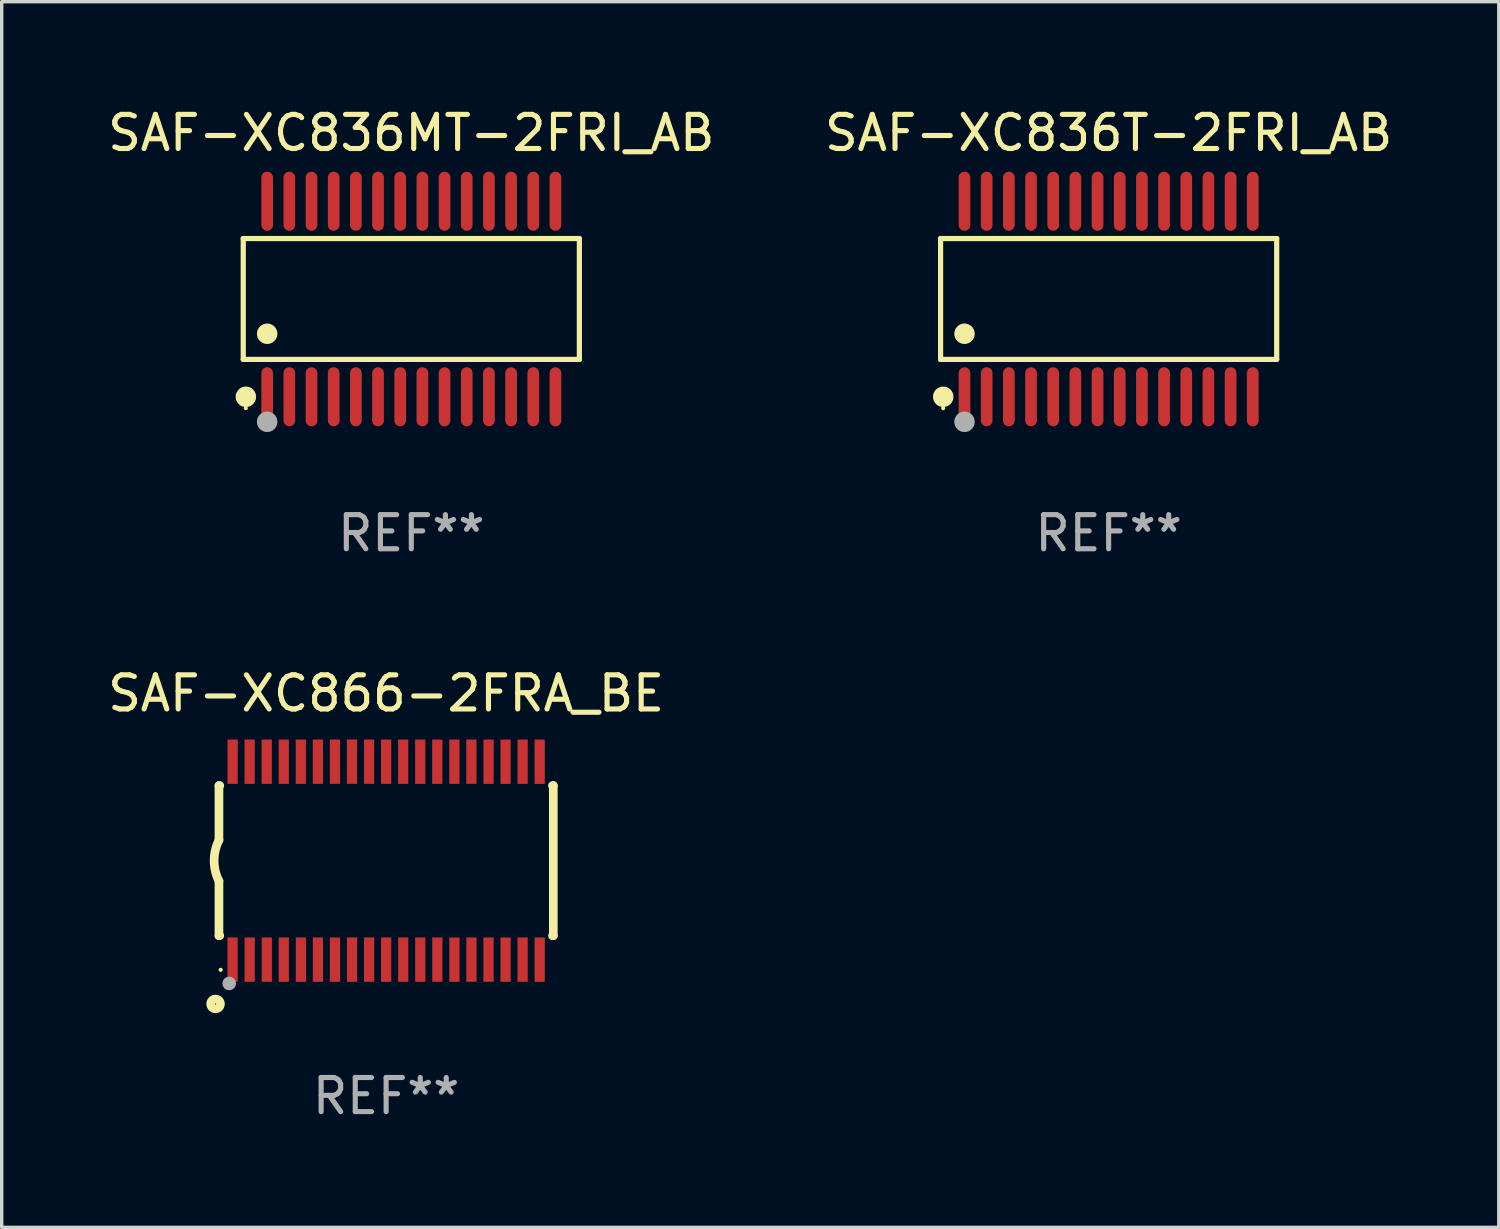
<source format=kicad_pcb>
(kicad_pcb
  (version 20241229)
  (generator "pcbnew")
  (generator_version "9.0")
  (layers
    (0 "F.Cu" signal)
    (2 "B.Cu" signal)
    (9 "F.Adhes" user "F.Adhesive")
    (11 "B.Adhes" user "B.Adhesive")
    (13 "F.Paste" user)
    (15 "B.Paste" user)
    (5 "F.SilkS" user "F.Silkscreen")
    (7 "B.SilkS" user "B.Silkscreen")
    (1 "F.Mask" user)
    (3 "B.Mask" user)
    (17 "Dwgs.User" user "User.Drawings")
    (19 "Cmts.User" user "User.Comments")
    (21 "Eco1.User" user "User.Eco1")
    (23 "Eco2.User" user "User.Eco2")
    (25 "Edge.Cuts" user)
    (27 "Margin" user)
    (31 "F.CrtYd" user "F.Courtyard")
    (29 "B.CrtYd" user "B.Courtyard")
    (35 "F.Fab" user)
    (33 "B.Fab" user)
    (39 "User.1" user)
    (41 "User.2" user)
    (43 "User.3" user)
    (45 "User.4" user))
  (footprint "SAF-XC866-2FRA_BE"
    (layer "F.Cu")
    (at 8.268 22.177)
    (property "Reference" "SAF-XC866-2FRA_BE" (at 0 -4.901 0) (layer "F.SilkS") (effects (font (size 1 1) (thickness 0.15))))
    (attr through_hole)
    (fp_line (start -4.9 -2.2) (end -4.9 -0.6) (stroke (width 0.254) (type solid)) (layer "F.SilkS"))
    (fp_line (start -4.9 -2.2) (end -4.876 -2.2) (stroke (width 0.254) (type solid)) (layer "F.SilkS"))
    (fp_line (start -4.9 2.2) (end -4.9 0.6) (stroke (width 0.254) (type solid)) (layer "F.SilkS"))
    (fp_line (start -4.9 2.2) (end -4.877 2.2) (stroke (width 0.254) (type solid)) (layer "F.SilkS"))
    (fp_line (start 4.876 -2.2) (end 4.9 -2.2) (stroke (width 0.254) (type solid)) (layer "F.SilkS"))
    (fp_line (start 4.877 2.2) (end 4.9 2.2) (stroke (width 0.254) (type solid)) (layer "F.SilkS"))
    (fp_line (start 4.9 -2.2) (end 4.9 2.2) (stroke (width 0.254) (type solid)) (layer "F.SilkS"))
    (fp_arc (start -4.900051 0.599822) (mid -5.041652 -0.000095) (end -4.9 -0.6) (stroke (width 0.254001) (type solid)) (layer "F.SilkS"))
    (fp_circle (center -5 4.2) (end -4.857 4.2) (stroke (width 0.254) (type solid)) (fill no) (layer "F.SilkS"))
    (fp_circle (center -4.85 3.2) (end -4.82 3.2) (stroke (width 0.06) (type solid)) (fill no) (layer "F.SilkS"))
    (fp_circle (center -4.6 3.6) (end -4.5 3.6) (stroke (width 0.2) (type solid)) (fill no) (layer "F.Fab"))
    (fp_text user "REF**" (at 0 6.901 0) (layer "F.Fab") (effects (font (size 1 1) (thickness 0.15))))
    (pad "1" smd rect (at -4.501 2.899 90) (size 1.3 0.3) (layers "F.Cu" "F.Mask" "F.Paste"))
    (pad "2" smd rect (at -3.999 2.901 90) (size 1.3 0.3) (layers "F.Cu" "F.Mask" "F.Paste"))
    (pad "3" smd rect (at -3.498 2.901 90) (size 1.3 0.3) (layers "F.Cu" "F.Mask" "F.Paste"))
    (pad "4" smd rect (at -2.999 2.901 90) (size 1.3 0.3) (layers "F.Cu" "F.Mask" "F.Paste"))
    (pad "5" smd rect (at -2.499 2.901 90) (size 1.3 0.3) (layers "F.Cu" "F.Mask" "F.Paste"))
    (pad "6" smd rect (at -1.999 2.901 90) (size 1.3 0.3) (layers "F.Cu" "F.Mask" "F.Paste"))
    (pad "7" smd rect (at -1.499 2.901 90) (size 1.3 0.3) (layers "F.Cu" "F.Mask" "F.Paste"))
    (pad "8" smd rect (at -0.999 2.901 90) (size 1.3 0.3) (layers "F.Cu" "F.Mask" "F.Paste"))
    (pad "9" smd rect (at -0.499 2.901 90) (size 1.3 0.3) (layers "F.Cu" "F.Mask" "F.Paste"))
    (pad "10" smd rect (at 0.001 2.901 90) (size 1.3 0.3) (layers "F.Cu" "F.Mask" "F.Paste"))
    (pad "11" smd rect (at 0.501 2.901 90) (size 1.3 0.3) (layers "F.Cu" "F.Mask" "F.Paste"))
    (pad "12" smd rect (at 1.001 2.901 90) (size 1.3 0.3) (layers "F.Cu" "F.Mask" "F.Paste"))
    (pad "13" smd rect (at 1.501 2.901 90) (size 1.3 0.3) (layers "F.Cu" "F.Mask" "F.Paste"))
    (pad "14" smd rect (at 2.001 2.901 90) (size 1.3 0.3) (layers "F.Cu" "F.Mask" "F.Paste"))
    (pad "15" smd rect (at 2.501 2.901 90) (size 1.3 0.3) (layers "F.Cu" "F.Mask" "F.Paste"))
    (pad "16" smd rect (at 3.001 2.901 90) (size 1.3 0.3) (layers "F.Cu" "F.Mask" "F.Paste"))
    (pad "17" smd rect (at 3.501 2.901 90) (size 1.3 0.3) (layers "F.Cu" "F.Mask" "F.Paste"))
    (pad "18" smd rect (at 4.001 2.901 90) (size 1.3 0.3) (layers "F.Cu" "F.Mask" "F.Paste"))
    (pad "19" smd rect (at 4.501 2.901 90) (size 1.3 0.3) (layers "F.Cu" "F.Mask" "F.Paste"))
    (pad "20" smd rect (at 4.501 -2.899 90) (size 1.3 0.3) (layers "F.Cu" "F.Mask" "F.Paste"))
    (pad "21" smd rect (at 4.001 -2.9 90) (size 1.3 0.3) (layers "F.Cu" "F.Mask" "F.Paste"))
    (pad "22" smd rect (at 3.501 -2.899 90) (size 1.3 0.3) (layers "F.Cu" "F.Mask" "F.Paste"))
    (pad "23" smd rect (at 3.002 -2.899 90) (size 1.3 0.3) (layers "F.Cu" "F.Mask" "F.Paste"))
    (pad "24" smd rect (at 2.499 -2.901 90) (size 1.3 0.3) (layers "F.Cu" "F.Mask" "F.Paste"))
    (pad "25" smd rect (at 2 -2.9 90) (size 1.3 0.3) (layers "F.Cu" "F.Mask" "F.Paste"))
    (pad "26" smd rect (at 1.5 -2.9 90) (size 1.3 0.3) (layers "F.Cu" "F.Mask" "F.Paste"))
    (pad "27" smd rect (at 1 -2.9 90) (size 1.3 0.3) (layers "F.Cu" "F.Mask" "F.Paste"))
    (pad "28" smd rect (at 0.5 -2.9 90) (size 1.3 0.3) (layers "F.Cu" "F.Mask" "F.Paste"))
    (pad "29" smd rect (at 0.000127 -2.9 90) (size 1.3 0.3) (layers "F.Cu" "F.Mask" "F.Paste"))
    (pad "30" smd rect (at -0.5 -2.9 90) (size 1.3 0.3) (layers "F.Cu" "F.Mask" "F.Paste"))
    (pad "31" smd rect (at -1 -2.9 90) (size 1.3 0.3) (layers "F.Cu" "F.Mask" "F.Paste"))
    (pad "32" smd rect (at -1.5 -2.9 90) (size 1.3 0.3) (layers "F.Cu" "F.Mask" "F.Paste"))
    (pad "33" smd rect (at -2 -2.9 90) (size 1.3 0.3) (layers "F.Cu" "F.Mask" "F.Paste"))
    (pad "34" smd rect (at -2.5 -2.9 90) (size 1.3 0.3) (layers "F.Cu" "F.Mask" "F.Paste"))
    (pad "35" smd rect (at -3 -2.9 90) (size 1.3 0.3) (layers "F.Cu" "F.Mask" "F.Paste"))
    (pad "36" smd rect (at -3.5 -2.9 90) (size 1.3 0.3) (layers "F.Cu" "F.Mask" "F.Paste"))
    (pad "37" smd rect (at -4 -2.9 90) (size 1.3 0.3) (layers "F.Cu" "F.Mask" "F.Paste"))
    (pad "38" smd rect (at -4.5 -2.9 90) (size 1.3 0.3) (layers "F.Cu" "F.Mask" "F.Paste")))
  (footprint "SAF-XC836MT-2FRI_AB"
    (layer "F.Cu")
    (at 9.006 5.714)
    (property "Reference" "SAF-XC836MT-2FRI_AB" (at 0 -4.866 0) (layer "F.SilkS") (effects (font (size 1 1) (thickness 0.15))))
    (attr through_hole)
    (fp_line (start -4.926 -1.772) (end 4.926 -1.772) (stroke (width 0.152) (type solid)) (layer "F.SilkS"))
    (fp_line (start -4.926 1.771) (end -4.926 -1.772) (stroke (width 0.152) (type solid)) (layer "F.SilkS"))
    (fp_line (start 4.926 -1.772) (end 4.926 1.771) (stroke (width 0.152) (type solid)) (layer "F.SilkS"))
    (fp_line (start 4.926 1.771) (end -4.926 1.771) (stroke (width 0.152) (type solid)) (layer "F.SilkS"))
    (fp_circle (center -4.85 3.2) (end -4.82 3.2) (stroke (width 0.06) (type solid)) (fill no) (layer "F.SilkS"))
    (fp_circle (center -4.849 2.866) (end -4.699 2.866) (stroke (width 0.3) (type solid)) (fill no) (layer "F.SilkS"))
    (fp_circle (center -4.225 1.019) (end -4.075 1.019) (stroke (width 0.3) (type solid)) (fill no) (layer "F.SilkS"))
    (fp_circle (center -4.225 3.6) (end -4.075 3.6) (stroke (width 0.3) (type solid)) (fill no) (layer "F.Fab"))
    (fp_text user "REF**" (at 0 6.866 0) (layer "F.Fab") (effects (font (size 1 1) (thickness 0.15))))
    (pad "1" smd oval (at -4.225 2.866) (size 0.343 1.731) (layers "F.Cu" "F.Mask" "F.Paste"))
    (pad "2" smd oval (at -3.575 2.866) (size 0.343 1.731) (layers "F.Cu" "F.Mask" "F.Paste"))
    (pad "3" smd oval (at -2.925 2.866) (size 0.343 1.731) (layers "F.Cu" "F.Mask" "F.Paste"))
    (pad "4" smd oval (at -2.275 2.866) (size 0.343 1.731) (layers "F.Cu" "F.Mask" "F.Paste"))
    (pad "5" smd oval (at -1.625 2.866) (size 0.343 1.731) (layers "F.Cu" "F.Mask" "F.Paste"))
    (pad "6" smd oval (at -0.975 2.866) (size 0.343 1.731) (layers "F.Cu" "F.Mask" "F.Paste"))
    (pad "7" smd oval (at -0.325 2.866) (size 0.343 1.731) (layers "F.Cu" "F.Mask" "F.Paste"))
    (pad "8" smd oval (at 0.325 2.866) (size 0.343 1.731) (layers "F.Cu" "F.Mask" "F.Paste"))
    (pad "9" smd oval (at 0.975 2.866) (size 0.343 1.731) (layers "F.Cu" "F.Mask" "F.Paste"))
    (pad "10" smd oval (at 1.625 2.866) (size 0.343 1.731) (layers "F.Cu" "F.Mask" "F.Paste"))
    (pad "11" smd oval (at 2.275 2.866) (size 0.343 1.731) (layers "F.Cu" "F.Mask" "F.Paste"))
    (pad "12" smd oval (at 2.925 2.866) (size 0.343 1.731) (layers "F.Cu" "F.Mask" "F.Paste"))
    (pad "13" smd oval (at 3.575 2.866) (size 0.343 1.731) (layers "F.Cu" "F.Mask" "F.Paste"))
    (pad "14" smd oval (at 4.225 2.866) (size 0.343 1.731) (layers "F.Cu" "F.Mask" "F.Paste"))
    (pad "15" smd oval (at 4.225 -2.866) (size 0.343 1.731) (layers "F.Cu" "F.Mask" "F.Paste"))
    (pad "16" smd oval (at 3.575 -2.866) (size 0.343 1.731) (layers "F.Cu" "F.Mask" "F.Paste"))
    (pad "17" smd oval (at 2.925 -2.866) (size 0.343 1.731) (layers "F.Cu" "F.Mask" "F.Paste"))
    (pad "18" smd oval (at 2.275 -2.866) (size 0.343 1.731) (layers "F.Cu" "F.Mask" "F.Paste"))
    (pad "19" smd oval (at 1.625 -2.866) (size 0.343 1.731) (layers "F.Cu" "F.Mask" "F.Paste"))
    (pad "20" smd oval (at 0.975 -2.866) (size 0.343 1.731) (layers "F.Cu" "F.Mask" "F.Paste"))
    (pad "21" smd oval (at 0.325 -2.866) (size 0.343 1.731) (layers "F.Cu" "F.Mask" "F.Paste"))
    (pad "22" smd oval (at -0.325 -2.866) (size 0.343 1.731) (layers "F.Cu" "F.Mask" "F.Paste"))
    (pad "23" smd oval (at -0.975 -2.866) (size 0.343 1.731) (layers "F.Cu" "F.Mask" "F.Paste"))
    (pad "24" smd oval (at -1.625 -2.866) (size 0.343 1.731) (layers "F.Cu" "F.Mask" "F.Paste"))
    (pad "25" smd oval (at -2.275 -2.866) (size 0.343 1.731) (layers "F.Cu" "F.Mask" "F.Paste"))
    (pad "26" smd oval (at -2.925 -2.866) (size 0.343 1.731) (layers "F.Cu" "F.Mask" "F.Paste"))
    (pad "27" smd oval (at -3.575 -2.866) (size 0.343 1.731) (layers "F.Cu" "F.Mask" "F.Paste"))
    (pad "28" smd oval (at -4.225 -2.866) (size 0.343 1.731) (layers "F.Cu" "F.Mask" "F.Paste")))
  (footprint "SAF-XC836T-2FRI_AB"
    (layer "F.Cu")
    (at 29.446 5.714)
    (property "Reference" "SAF-XC836T-2FRI_AB" (at 0 -4.866 0) (layer "F.SilkS") (effects (font (size 1 1) (thickness 0.15))))
    (attr through_hole)
    (fp_line (start -4.926 -1.772) (end 4.926 -1.772) (stroke (width 0.152) (type solid)) (layer "F.SilkS"))
    (fp_line (start -4.926 1.771) (end -4.926 -1.772) (stroke (width 0.152) (type solid)) (layer "F.SilkS"))
    (fp_line (start 4.926 -1.772) (end 4.926 1.771) (stroke (width 0.152) (type solid)) (layer "F.SilkS"))
    (fp_line (start 4.926 1.771) (end -4.926 1.771) (stroke (width 0.152) (type solid)) (layer "F.SilkS"))
    (fp_circle (center -4.85 3.2) (end -4.82 3.2) (stroke (width 0.06) (type solid)) (fill no) (layer "F.SilkS"))
    (fp_circle (center -4.849 2.866) (end -4.699 2.866) (stroke (width 0.3) (type solid)) (fill no) (layer "F.SilkS"))
    (fp_circle (center -4.225 1.019) (end -4.075 1.019) (stroke (width 0.3) (type solid)) (fill no) (layer "F.SilkS"))
    (fp_circle (center -4.225 3.6) (end -4.075 3.6) (stroke (width 0.3) (type solid)) (fill no) (layer "F.Fab"))
    (fp_text user "REF**" (at 0 6.866 0) (layer "F.Fab") (effects (font (size 1 1) (thickness 0.15))))
    (pad "1" smd oval (at -4.225 2.866) (size 0.343 1.731) (layers "F.Cu" "F.Mask" "F.Paste"))
    (pad "2" smd oval (at -3.575 2.866) (size 0.343 1.731) (layers "F.Cu" "F.Mask" "F.Paste"))
    (pad "3" smd oval (at -2.925 2.866) (size 0.343 1.731) (layers "F.Cu" "F.Mask" "F.Paste"))
    (pad "4" smd oval (at -2.275 2.866) (size 0.343 1.731) (layers "F.Cu" "F.Mask" "F.Paste"))
    (pad "5" smd oval (at -1.625 2.866) (size 0.343 1.731) (layers "F.Cu" "F.Mask" "F.Paste"))
    (pad "6" smd oval (at -0.975 2.866) (size 0.343 1.731) (layers "F.Cu" "F.Mask" "F.Paste"))
    (pad "7" smd oval (at -0.325 2.866) (size 0.343 1.731) (layers "F.Cu" "F.Mask" "F.Paste"))
    (pad "8" smd oval (at 0.325 2.866) (size 0.343 1.731) (layers "F.Cu" "F.Mask" "F.Paste"))
    (pad "9" smd oval (at 0.975 2.866) (size 0.343 1.731) (layers "F.Cu" "F.Mask" "F.Paste"))
    (pad "10" smd oval (at 1.625 2.866) (size 0.343 1.731) (layers "F.Cu" "F.Mask" "F.Paste"))
    (pad "11" smd oval (at 2.275 2.866) (size 0.343 1.731) (layers "F.Cu" "F.Mask" "F.Paste"))
    (pad "12" smd oval (at 2.925 2.866) (size 0.343 1.731) (layers "F.Cu" "F.Mask" "F.Paste"))
    (pad "13" smd oval (at 3.575 2.866) (size 0.343 1.731) (layers "F.Cu" "F.Mask" "F.Paste"))
    (pad "14" smd oval (at 4.225 2.866) (size 0.343 1.731) (layers "F.Cu" "F.Mask" "F.Paste"))
    (pad "15" smd oval (at 4.225 -2.866) (size 0.343 1.731) (layers "F.Cu" "F.Mask" "F.Paste"))
    (pad "16" smd oval (at 3.575 -2.866) (size 0.343 1.731) (layers "F.Cu" "F.Mask" "F.Paste"))
    (pad "17" smd oval (at 2.925 -2.866) (size 0.343 1.731) (layers "F.Cu" "F.Mask" "F.Paste"))
    (pad "18" smd oval (at 2.275 -2.866) (size 0.343 1.731) (layers "F.Cu" "F.Mask" "F.Paste"))
    (pad "19" smd oval (at 1.625 -2.866) (size 0.343 1.731) (layers "F.Cu" "F.Mask" "F.Paste"))
    (pad "20" smd oval (at 0.975 -2.866) (size 0.343 1.731) (layers "F.Cu" "F.Mask" "F.Paste"))
    (pad "21" smd oval (at 0.325 -2.866) (size 0.343 1.731) (layers "F.Cu" "F.Mask" "F.Paste"))
    (pad "22" smd oval (at -0.325 -2.866) (size 0.343 1.731) (layers "F.Cu" "F.Mask" "F.Paste"))
    (pad "23" smd oval (at -0.975 -2.866) (size 0.343 1.731) (layers "F.Cu" "F.Mask" "F.Paste"))
    (pad "24" smd oval (at -1.625 -2.866) (size 0.343 1.731) (layers "F.Cu" "F.Mask" "F.Paste"))
    (pad "25" smd oval (at -2.275 -2.866) (size 0.343 1.731) (layers "F.Cu" "F.Mask" "F.Paste"))
    (pad "26" smd oval (at -2.925 -2.866) (size 0.343 1.731) (layers "F.Cu" "F.Mask" "F.Paste"))
    (pad "27" smd oval (at -3.575 -2.866) (size 0.343 1.731) (layers "F.Cu" "F.Mask" "F.Paste"))
    (pad "28" smd oval (at -4.225 -2.866) (size 0.343 1.731) (layers "F.Cu" "F.Mask" "F.Paste")))
  (gr_rect
    (start -3 -3)
    (end 40.881 32.927)
    (stroke (width 0.1) (type default))
    (fill no)
    (layer "Edge.Cuts")))
</source>
